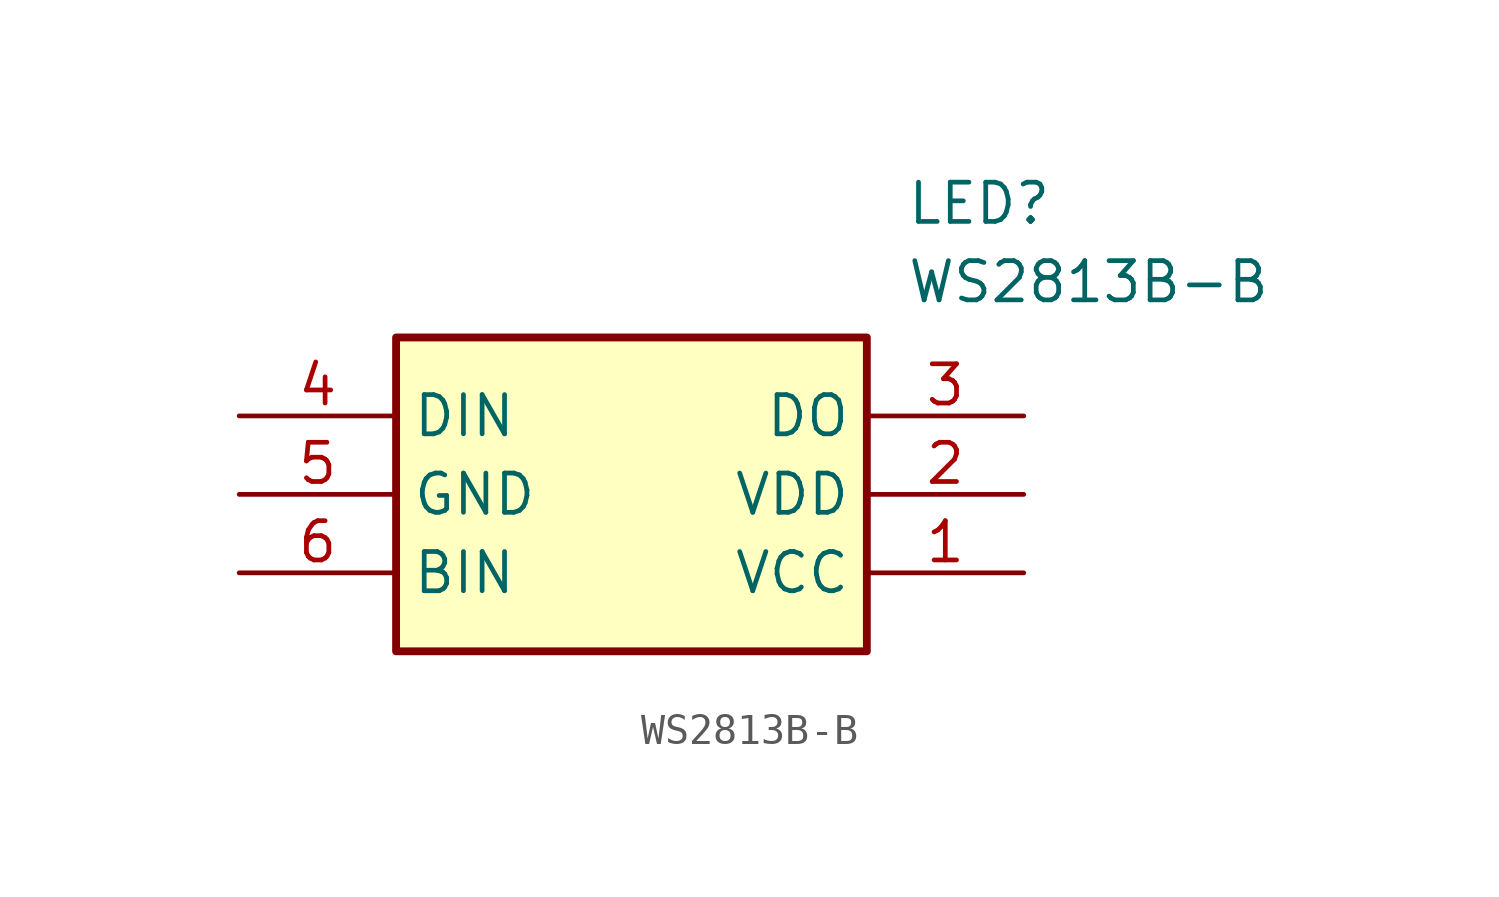
<source format=kicad_sym>
(kicad_symbol_lib
  (version 20211014)
  (generator SamacSys_ECAD_Model)
  (symbol "WS2813B-B"
    (property "Reference" "LED"
      (at 21.59 7.62 0)
      (effects (font (size 1.27 1.27)) (justify left top)))
    (property "Value" "WS2813B-B"
      (at 21.59 5.08 0)
      (effects (font (size 1.27 1.27)) (justify left top)))
    (rectangle
      (start 5.08 2.54)
      (end 20.32 -7.62)
      (stroke (width 0.254) (type default))
      (fill (type background)))
    (pin passive line
      (at 25.4 -5.08 180)
      (length 5.08)
      (name "VCC" (effects (font (size 1.27 1.27))))
      (number "1" (effects (font (size 1.27 1.27)))))
    (pin passive line
      (at 25.4 -2.54 180)
      (length 5.08)
      (name "VDD" (effects (font (size 1.27 1.27))))
      (number "2" (effects (font (size 1.27 1.27)))))
    (pin passive line
      (at 25.4 0 180)
      (length 5.08)
      (name "DO" (effects (font (size 1.27 1.27))))
      (number "3" (effects (font (size 1.27 1.27)))))
    (pin passive line
      (at 0 0 0)
      (length 5.08)
      (name "DIN" (effects (font (size 1.27 1.27))))
      (number "4" (effects (font (size 1.27 1.27)))))
    (pin passive line
      (at 0 -2.54 0)
      (length 5.08)
      (name "GND" (effects (font (size 1.27 1.27))))
      (number "5" (effects (font (size 1.27 1.27)))))
    (pin passive line
      (at 0 -5.08 0)
      (length 5.08)
      (name "BIN" (effects (font (size 1.27 1.27))))
      (number "6" (effects (font (size 1.27 1.27)))))))
</source>
